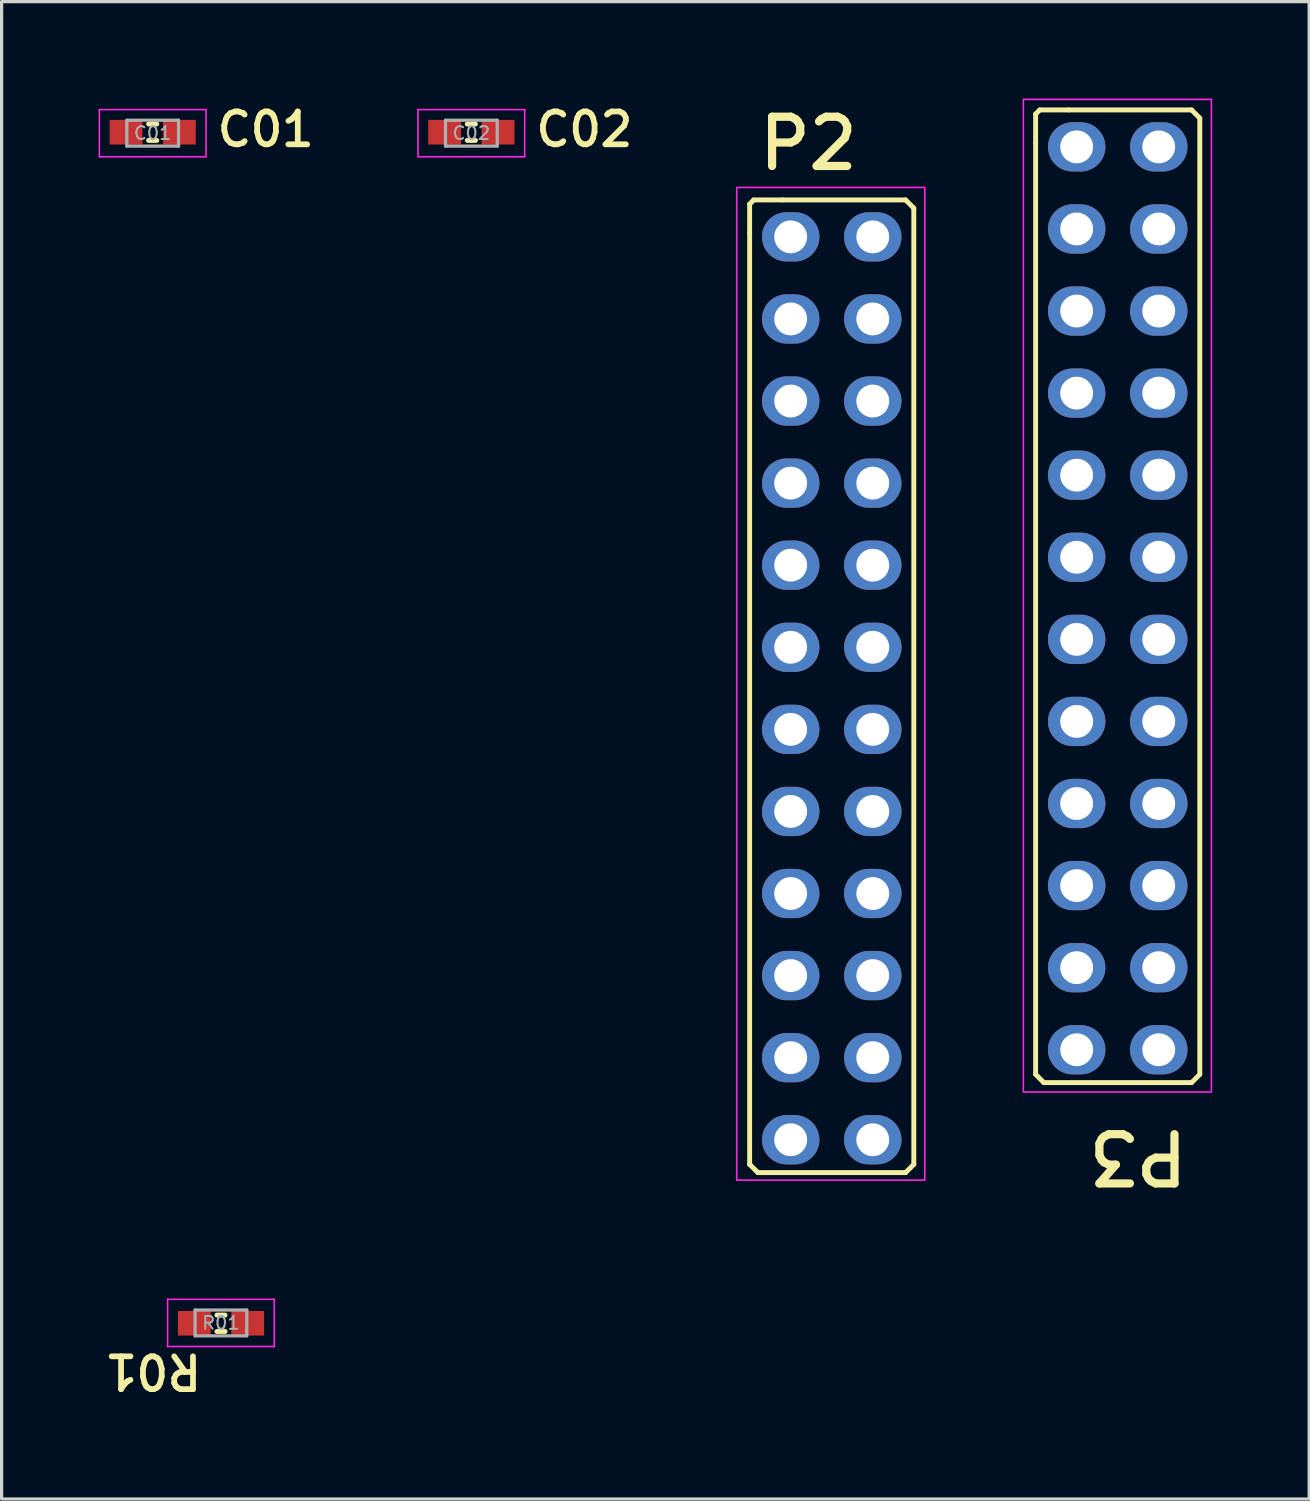
<source format=kicad_pcb>
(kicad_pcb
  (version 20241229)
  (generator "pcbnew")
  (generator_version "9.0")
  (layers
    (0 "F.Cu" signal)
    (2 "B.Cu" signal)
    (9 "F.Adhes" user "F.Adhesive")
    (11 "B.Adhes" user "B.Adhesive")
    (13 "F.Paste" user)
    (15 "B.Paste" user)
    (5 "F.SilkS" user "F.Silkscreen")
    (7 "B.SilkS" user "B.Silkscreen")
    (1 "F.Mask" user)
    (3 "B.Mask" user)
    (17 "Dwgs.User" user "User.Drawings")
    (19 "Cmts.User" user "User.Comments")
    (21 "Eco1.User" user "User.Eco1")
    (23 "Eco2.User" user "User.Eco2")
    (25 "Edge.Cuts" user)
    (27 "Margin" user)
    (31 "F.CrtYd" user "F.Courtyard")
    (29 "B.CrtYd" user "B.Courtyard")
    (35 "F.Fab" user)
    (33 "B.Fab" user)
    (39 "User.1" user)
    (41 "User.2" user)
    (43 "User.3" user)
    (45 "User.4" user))
  (footprint "R01"
    (layer "F.Cu")
    (at 3.789 37.899)
    (property "Reference" "R01" (at -0.508 0.889 180) (unlocked yes) (layer "F.SilkS") (effects (font (size 1.016 1.016) (thickness 0.178)) (justify left bottom)))
    (attr through_hole)
    (fp_line (start 0.127 -0.254) (end -0.127 -0.254) (stroke (width 0.152) (type solid)) (layer "F.SilkS"))
    (fp_line (start 0.127 0.254) (end -0.127 0.254) (stroke (width 0.152) (type solid)) (layer "F.SilkS"))
    (fp_line (start -1.653 -0.74) (end 1.647 -0.74) (stroke (width 0.05) (type solid)) (layer "F.CrtYd"))
    (fp_line (start -1.653 0.72) (end -1.653 -0.74) (stroke (width 0.05) (type solid)) (layer "F.CrtYd"))
    (fp_line (start 1.647 -0.74) (end 1.647 0.72) (stroke (width 0.05) (type solid)) (layer "F.CrtYd"))
    (fp_line (start 1.647 0.72) (end -1.653 0.72) (stroke (width 0.05) (type solid)) (layer "F.CrtYd"))
    (fp_line (start -0.802 -0.41) (end 0.797 -0.41) (stroke (width 0.1) (type solid)) (layer "F.Fab"))
    (fp_line (start -0.802 0.39) (end -0.802 -0.41) (stroke (width 0.1) (type solid)) (layer "F.Fab"))
    (fp_line (start 0.797 -0.41) (end 0.797 0.39) (stroke (width 0.1) (type solid)) (layer "F.Fab"))
    (fp_line (start 0.797 0.39) (end -0.802 0.39) (stroke (width 0.1) (type solid)) (layer "F.Fab"))
    (fp_text user "${REFERENCE}" (at -0.003 -0.01 0) (layer "F.Fab") (effects (font (size 0.4 0.4) (thickness 0.06))))
    (pad "1" smd rect (at -0.826 0) (size 1.016 0.762) (layers "F.Cu" "F.Mask" "F.Paste"))
    (pad "2" smd rect (at 0.826 0) (size 1.016 0.762) (layers "F.Cu" "F.Mask" "F.Paste")))
  (footprint "P3"
    (layer "F.Cu")
    (at 32.808 6.575)
    (property "Reference" "P3" (at 1.016 25.273 180) (unlocked yes) (layer "F.SilkS") (effects (font (size 1.524 1.524) (thickness 0.254)) (justify left bottom)))
    (fp_line (start -3.81 -6.096) (end -3.81 -5.207) (stroke (width 0.152) (type solid)) (layer "F.SilkS"))
    (fp_line (start -3.81 -5.207) (end -3.81 23.622) (stroke (width 0.152) (type solid)) (layer "F.SilkS"))
    (fp_line (start -3.683 -6.223) (end -3.81 -6.096) (stroke (width 0.152) (type solid)) (layer "F.SilkS"))
    (fp_line (start -3.556 23.876) (end -3.81 23.622) (stroke (width 0.152) (type solid)) (layer "F.SilkS"))
    (fp_line (start -2.794 -6.223) (end -3.683 -6.223) (stroke (width 0.152) (type solid)) (layer "F.SilkS"))
    (fp_line (start 1.016 -6.223) (end -2.794 -6.223) (stroke (width 0.152) (type solid)) (layer "F.SilkS"))
    (fp_line (start 1.016 23.876) (end -3.556 23.876) (stroke (width 0.152) (type solid)) (layer "F.SilkS"))
    (fp_line (start 1.27 -5.969) (end 1.016 -6.223) (stroke (width 0.152) (type solid)) (layer "F.SilkS"))
    (fp_line (start 1.27 -5.969) (end 1.27 23.622) (stroke (width 0.152) (type solid)) (layer "F.SilkS"))
    (fp_line (start 1.27 23.622) (end 1.016 23.876) (stroke (width 0.152) (type solid)) (layer "F.SilkS"))
    (fp_rect (start -4.19 -6.55) (end 1.63 24.17) (stroke (width 0.05) (type solid)) (fill no) (layer "F.CrtYd"))
    (pad "1" thru_hole oval (at -2.54 -5.08) (size 1.778 1.524) (drill 1.016) (layers "*.Cu" "*.Mask"))
    (pad "2" thru_hole oval (at 0 -5.08) (size 1.778 1.524) (drill 1.016) (layers "*.Cu" "*.Mask"))
    (pad "3" thru_hole oval (at -2.54 -2.54) (size 1.778 1.524) (drill 1.016) (layers "*.Cu" "*.Mask"))
    (pad "4" thru_hole oval (at 0 -2.54) (size 1.778 1.524) (drill 1.016) (layers "*.Cu" "*.Mask"))
    (pad "5" thru_hole oval (at -2.54 0) (size 1.778 1.524) (drill 1.016) (layers "*.Cu" "*.Mask"))
    (pad "6" thru_hole oval (at 0 0) (size 1.778 1.524) (drill 1.016) (layers "*.Cu" "*.Mask"))
    (pad "7" thru_hole oval (at -2.54 2.54) (size 1.778 1.524) (drill 1.016) (layers "*.Cu" "*.Mask"))
    (pad "8" thru_hole oval (at 0 2.54) (size 1.778 1.524) (drill 1.016) (layers "*.Cu" "*.Mask"))
    (pad "9" thru_hole oval (at -2.54 5.08) (size 1.778 1.524) (drill 1.016) (layers "*.Cu" "*.Mask"))
    (pad "10" thru_hole oval (at 0 5.08) (size 1.778 1.524) (drill 1.016) (layers "*.Cu" "*.Mask"))
    (pad "11" thru_hole oval (at -2.54 7.62) (size 1.778 1.524) (drill 1.016) (layers "*.Cu" "*.Mask"))
    (pad "12" thru_hole oval (at 0 7.62) (size 1.778 1.524) (drill 1.016) (layers "*.Cu" "*.Mask"))
    (pad "13" thru_hole oval (at -2.54 10.16) (size 1.778 1.524) (drill 1.016) (layers "*.Cu" "*.Mask"))
    (pad "14" thru_hole oval (at 0 10.16) (size 1.778 1.524) (drill 1.016) (layers "*.Cu" "*.Mask"))
    (pad "15" thru_hole oval (at -2.54 12.7) (size 1.778 1.524) (drill 1.016) (layers "*.Cu" "*.Mask"))
    (pad "16" thru_hole oval (at 0 12.7) (size 1.778 1.524) (drill 1.016) (layers "*.Cu" "*.Mask"))
    (pad "17" thru_hole oval (at -2.54 15.24) (size 1.778 1.524) (drill 1.016) (layers "*.Cu" "*.Mask"))
    (pad "18" thru_hole oval (at 0 15.24) (size 1.778 1.524) (drill 1.016) (layers "*.Cu" "*.Mask"))
    (pad "19" thru_hole oval (at -2.54 17.78) (size 1.778 1.524) (drill 1.016) (layers "*.Cu" "*.Mask"))
    (pad "20" thru_hole oval (at 0 17.78) (size 1.778 1.524) (drill 1.016) (layers "*.Cu" "*.Mask"))
    (pad "21" thru_hole oval (at -2.54 20.32) (size 1.778 1.524) (drill 1.016) (layers "*.Cu" "*.Mask"))
    (pad "22" thru_hole oval (at 0 20.32) (size 1.778 1.524) (drill 1.016) (layers "*.Cu" "*.Mask"))
    (pad "23" thru_hole oval (at -2.54 22.86) (size 1.778 1.524) (drill 1.016) (layers "*.Cu" "*.Mask"))
    (pad "24" thru_hole oval (at 0 22.86) (size 1.778 1.524) (drill 1.016) (layers "*.Cu" "*.Mask")))
  (footprint "C02"
    (layer "F.Cu")
    (at 11.536 1.041)
    (property "Reference" "C02" (at 1.905 0.508 0) (unlocked yes) (layer "F.SilkS") (effects (font (size 1.016 1.016) (thickness 0.178)) (justify left bottom)))
    (attr through_hole)
    (fp_line (start -0.127 -0.254) (end 0.127 -0.254) (stroke (width 0.152) (type solid)) (layer "F.SilkS"))
    (fp_line (start -0.127 0.254) (end 0.127 0.254) (stroke (width 0.152) (type solid)) (layer "F.SilkS"))
    (fp_line (start -1.65 -0.7) (end 1.65 -0.7) (stroke (width 0.05) (type solid)) (layer "F.CrtYd"))
    (fp_line (start -1.65 0.76) (end -1.65 -0.7) (stroke (width 0.05) (type solid)) (layer "F.CrtYd"))
    (fp_line (start 1.65 -0.7) (end 1.65 0.76) (stroke (width 0.05) (type solid)) (layer "F.CrtYd"))
    (fp_line (start 1.65 0.76) (end -1.65 0.76) (stroke (width 0.05) (type solid)) (layer "F.CrtYd"))
    (fp_line (start -0.8 -0.37) (end 0.8 -0.37) (stroke (width 0.1) (type solid)) (layer "F.Fab"))
    (fp_line (start -0.8 0.43) (end -0.8 -0.37) (stroke (width 0.1) (type solid)) (layer "F.Fab"))
    (fp_line (start 0.8 -0.37) (end 0.8 0.43) (stroke (width 0.1) (type solid)) (layer "F.Fab"))
    (fp_line (start 0.8 0.43) (end -0.8 0.43) (stroke (width 0.1) (type solid)) (layer "F.Fab"))
    (fp_text user "${REFERENCE}" (at 0 0.03 0) (layer "F.Fab") (effects (font (size 0.4 0.4) (thickness 0.06))))
    (pad "1" smd rect (at -0.826 0) (size 1.016 0.762) (layers "F.Cu" "F.Mask" "F.Paste"))
    (pad "2" smd rect (at 0.826 0) (size 1.016 0.762) (layers "F.Cu" "F.Mask" "F.Paste")))
  (footprint "P2"
    (layer "F.Cu")
    (at 23.958 9.36)
    (property "Reference" "P2" (at -3.645 -7.074 0) (unlocked yes) (layer "F.SilkS") (effects (font (size 1.524 1.524) (thickness 0.254)) (justify left bottom)))
    (fp_line (start -3.81 -6.096) (end -3.683 -6.223) (stroke (width 0.152) (type solid)) (layer "F.SilkS"))
    (fp_line (start -3.81 -5.207) (end -3.81 -6.096) (stroke (width 0.152) (type solid)) (layer "F.SilkS"))
    (fp_line (start -3.81 23.622) (end -3.81 -5.207) (stroke (width 0.152) (type solid)) (layer "F.SilkS"))
    (fp_line (start -3.81 23.622) (end -3.556 23.876) (stroke (width 0.152) (type solid)) (layer "F.SilkS"))
    (fp_line (start -3.683 -6.223) (end -2.794 -6.223) (stroke (width 0.152) (type solid)) (layer "F.SilkS"))
    (fp_line (start -3.556 23.876) (end 1.016 23.876) (stroke (width 0.152) (type solid)) (layer "F.SilkS"))
    (fp_line (start -2.794 -6.223) (end 1.016 -6.223) (stroke (width 0.152) (type solid)) (layer "F.SilkS"))
    (fp_line (start 1.016 -6.223) (end 1.27 -5.969) (stroke (width 0.152) (type solid)) (layer "F.SilkS"))
    (fp_line (start 1.016 23.876) (end 1.27 23.622) (stroke (width 0.152) (type solid)) (layer "F.SilkS"))
    (fp_line (start 1.27 23.622) (end 1.27 -5.969) (stroke (width 0.152) (type solid)) (layer "F.SilkS"))
    (fp_rect (start -4.21 -6.61) (end 1.61 24.11) (stroke (width 0.05) (type solid)) (fill no) (layer "F.CrtYd"))
    (pad "1" thru_hole oval (at -2.54 -5.08) (size 1.778 1.524) (drill 1.016) (layers "*.Cu" "*.Mask"))
    (pad "2" thru_hole oval (at 0 -5.08) (size 1.778 1.524) (drill 1.016) (layers "*.Cu" "*.Mask"))
    (pad "3" thru_hole oval (at -2.54 -2.54) (size 1.778 1.524) (drill 1.016) (layers "*.Cu" "*.Mask"))
    (pad "4" thru_hole oval (at 0 -2.54) (size 1.778 1.524) (drill 1.016) (layers "*.Cu" "*.Mask"))
    (pad "5" thru_hole oval (at -2.54 0) (size 1.778 1.524) (drill 1.016) (layers "*.Cu" "*.Mask"))
    (pad "6" thru_hole oval (at 0 0) (size 1.778 1.524) (drill 1.016) (layers "*.Cu" "*.Mask"))
    (pad "7" thru_hole oval (at -2.54 2.54) (size 1.778 1.524) (drill 1.016) (layers "*.Cu" "*.Mask"))
    (pad "8" thru_hole oval (at 0 2.54) (size 1.778 1.524) (drill 1.016) (layers "*.Cu" "*.Mask"))
    (pad "9" thru_hole oval (at -2.54 5.08) (size 1.778 1.524) (drill 1.016) (layers "*.Cu" "*.Mask"))
    (pad "10" thru_hole oval (at 0 5.08) (size 1.778 1.524) (drill 1.016) (layers "*.Cu" "*.Mask"))
    (pad "11" thru_hole oval (at -2.54 7.62) (size 1.778 1.524) (drill 1.016) (layers "*.Cu" "*.Mask"))
    (pad "12" thru_hole oval (at 0 7.62) (size 1.778 1.524) (drill 1.016) (layers "*.Cu" "*.Mask"))
    (pad "13" thru_hole oval (at -2.54 10.16) (size 1.778 1.524) (drill 1.016) (layers "*.Cu" "*.Mask"))
    (pad "14" thru_hole oval (at 0 10.16) (size 1.778 1.524) (drill 1.016) (layers "*.Cu" "*.Mask"))
    (pad "15" thru_hole oval (at -2.54 12.7) (size 1.778 1.524) (drill 1.016) (layers "*.Cu" "*.Mask"))
    (pad "16" thru_hole oval (at 0 12.7) (size 1.778 1.524) (drill 1.016) (layers "*.Cu" "*.Mask"))
    (pad "17" thru_hole oval (at -2.54 15.24) (size 1.778 1.524) (drill 1.016) (layers "*.Cu" "*.Mask"))
    (pad "18" thru_hole oval (at 0 15.24) (size 1.778 1.524) (drill 1.016) (layers "*.Cu" "*.Mask"))
    (pad "19" thru_hole oval (at -2.54 17.78) (size 1.778 1.524) (drill 1.016) (layers "*.Cu" "*.Mask"))
    (pad "20" thru_hole oval (at 0 17.78) (size 1.778 1.524) (drill 1.016) (layers "*.Cu" "*.Mask"))
    (pad "21" thru_hole oval (at -2.54 20.32) (size 1.778 1.524) (drill 1.016) (layers "*.Cu" "*.Mask"))
    (pad "22" thru_hole oval (at 0 20.32) (size 1.778 1.524) (drill 1.016) (layers "*.Cu" "*.Mask"))
    (pad "23" thru_hole oval (at -2.54 22.86) (size 1.778 1.524) (drill 1.016) (layers "*.Cu" "*.Mask"))
    (pad "24" thru_hole oval (at 0 22.86) (size 1.778 1.524) (drill 1.016) (layers "*.Cu" "*.Mask")))
  (footprint "C01"
    (layer "F.Cu")
    (at 1.675 1.041)
    (property "Reference" "C01" (at 1.905 0.508 0) (unlocked yes) (layer "F.SilkS") (effects (font (size 1.016 1.016) (thickness 0.178)) (justify left bottom)))
    (attr through_hole)
    (fp_line (start -0.127 -0.254) (end 0.127 -0.254) (stroke (width 0.152) (type solid)) (layer "F.SilkS"))
    (fp_line (start -0.127 0.254) (end 0.127 0.254) (stroke (width 0.152) (type solid)) (layer "F.SilkS"))
    (fp_line (start -1.65 -0.7) (end 1.65 -0.7) (stroke (width 0.05) (type solid)) (layer "F.CrtYd"))
    (fp_line (start -1.65 0.76) (end -1.65 -0.7) (stroke (width 0.05) (type solid)) (layer "F.CrtYd"))
    (fp_line (start 1.65 -0.7) (end 1.65 0.76) (stroke (width 0.05) (type solid)) (layer "F.CrtYd"))
    (fp_line (start 1.65 0.76) (end -1.65 0.76) (stroke (width 0.05) (type solid)) (layer "F.CrtYd"))
    (fp_line (start -0.8 -0.37) (end 0.8 -0.37) (stroke (width 0.1) (type solid)) (layer "F.Fab"))
    (fp_line (start -0.8 0.43) (end -0.8 -0.37) (stroke (width 0.1) (type solid)) (layer "F.Fab"))
    (fp_line (start 0.8 -0.37) (end 0.8 0.43) (stroke (width 0.1) (type solid)) (layer "F.Fab"))
    (fp_line (start 0.8 0.43) (end -0.8 0.43) (stroke (width 0.1) (type solid)) (layer "F.Fab"))
    (fp_text user "${REFERENCE}" (at 0 0.03 0) (layer "F.Fab") (effects (font (size 0.4 0.4) (thickness 0.06))))
    (pad "1" smd rect (at -0.826 0) (size 1.016 0.762) (layers "F.Cu" "F.Mask" "F.Paste"))
    (pad "2" smd rect (at 0.826 0) (size 1.016 0.762) (layers "F.Cu" "F.Mask" "F.Paste")))
  (gr_rect
    (start -3 -3)
    (end 37.463 43.337)
    (stroke (width 0.1) (type default))
    (fill no)
    (layer "Edge.Cuts")))
</source>
